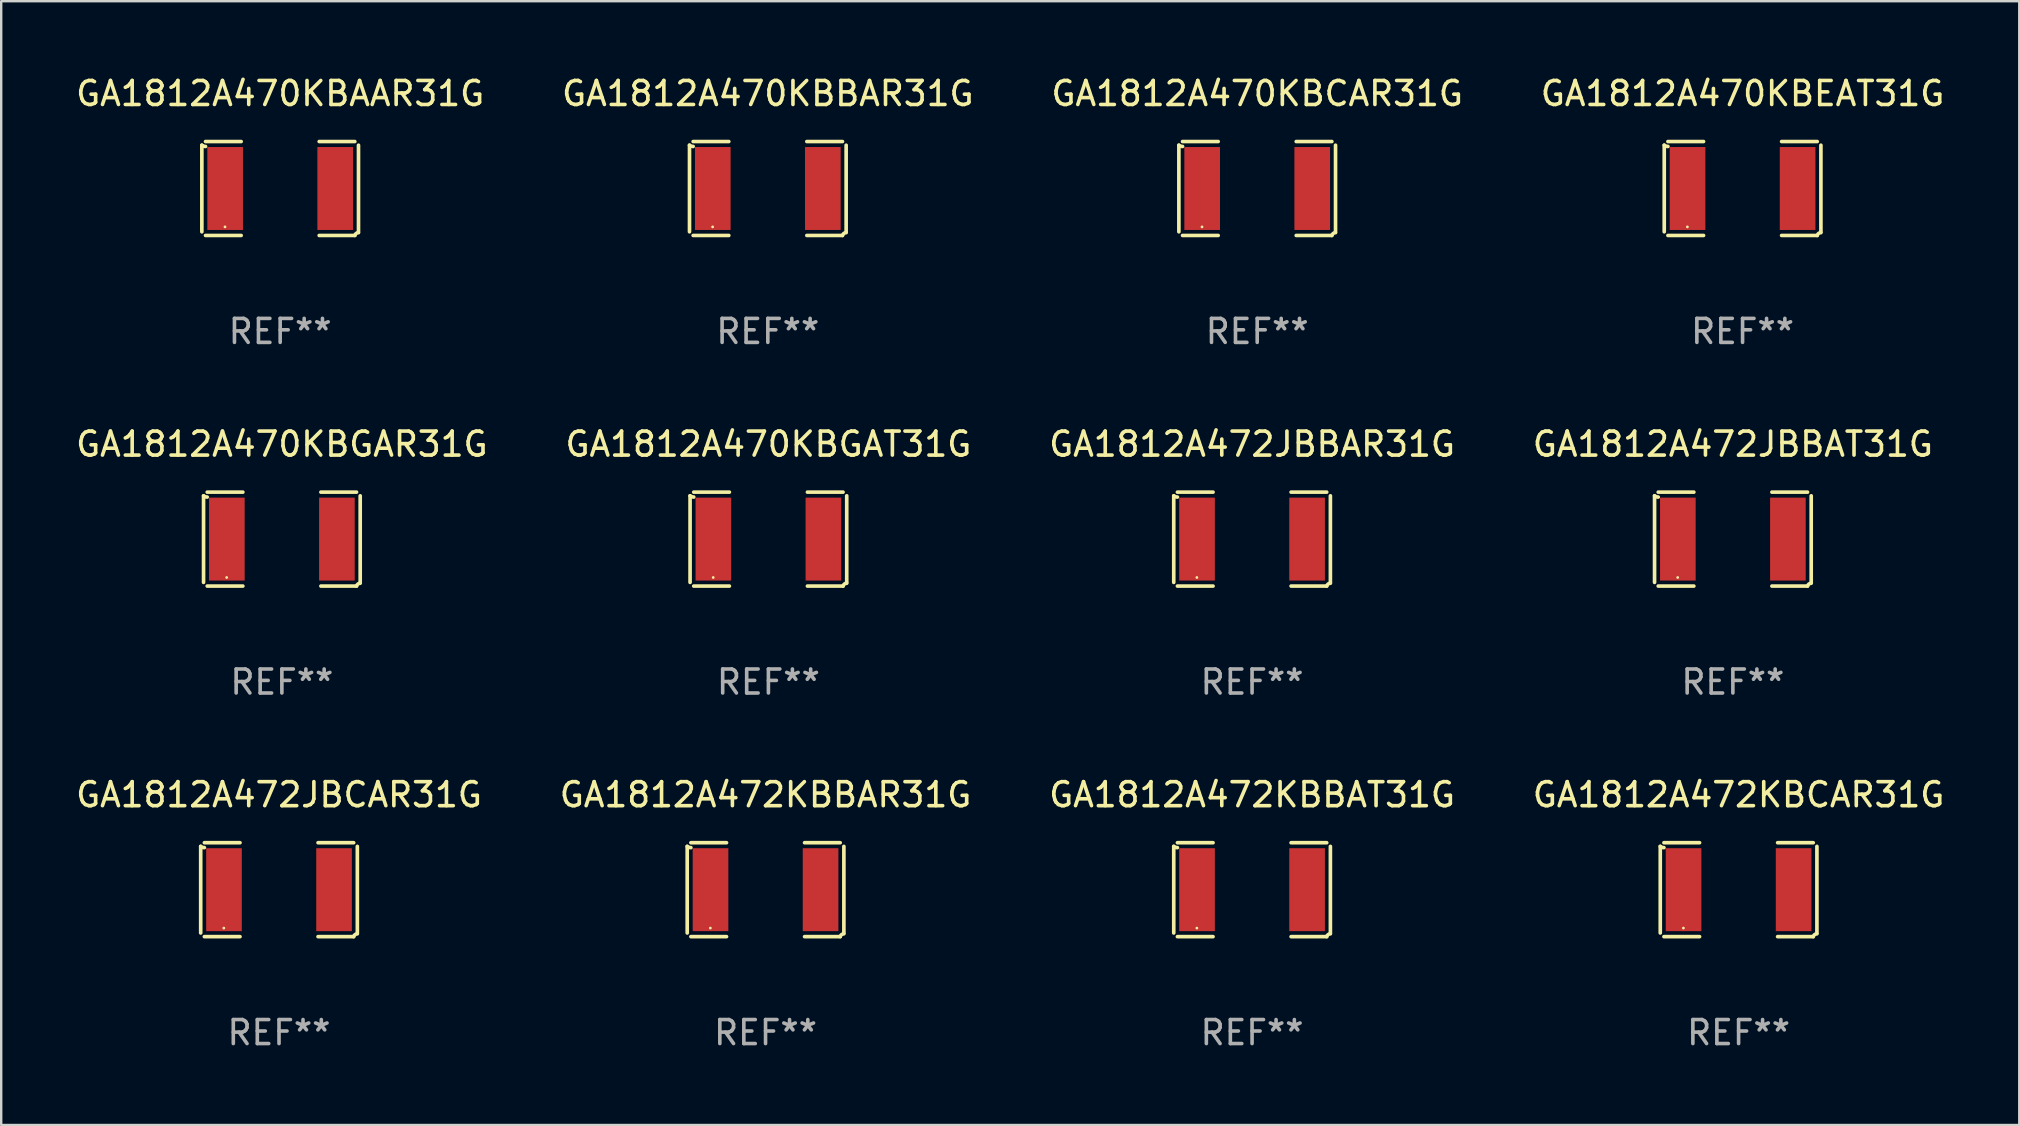
<source format=kicad_pcb>
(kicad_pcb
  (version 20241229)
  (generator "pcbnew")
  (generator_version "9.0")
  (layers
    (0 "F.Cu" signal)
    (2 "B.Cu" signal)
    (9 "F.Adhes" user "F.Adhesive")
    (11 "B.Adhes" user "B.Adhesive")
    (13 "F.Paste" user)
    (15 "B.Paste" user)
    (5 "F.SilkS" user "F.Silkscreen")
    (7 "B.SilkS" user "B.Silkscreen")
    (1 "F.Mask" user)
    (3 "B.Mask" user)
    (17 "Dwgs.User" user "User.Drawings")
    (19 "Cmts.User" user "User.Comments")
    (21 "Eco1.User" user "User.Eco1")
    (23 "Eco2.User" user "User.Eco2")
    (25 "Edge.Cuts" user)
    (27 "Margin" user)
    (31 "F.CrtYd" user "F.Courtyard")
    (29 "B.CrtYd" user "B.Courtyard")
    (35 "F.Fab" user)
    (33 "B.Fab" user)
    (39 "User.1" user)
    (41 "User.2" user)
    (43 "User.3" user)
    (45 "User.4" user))
  (footprint "GA1812A472JBCAR31G"
    (layer "F.Cu")
    (at 8.577 34.024)
    (property "Reference" "GA1812A472JBCAR31G" (at 0 -3.957 0) (layer "F.SilkS") (effects (font (size 1 1) (thickness 0.15))))
    (attr through_hole)
    (fp_line (start -3.264 1.804) (end -3.264 -1.804) (stroke (width 0.152) (type solid)) (layer "F.SilkS"))
    (fp_line (start -3.111 -1.957) (end -1.626 -1.957) (stroke (width 0.152) (type solid)) (layer "F.SilkS"))
    (fp_line (start -1.626 1.957) (end -3.111 1.957) (stroke (width 0.152) (type solid)) (layer "F.SilkS"))
    (fp_line (start 1.626 1.957) (end 3.111 1.957) (stroke (width 0.152) (type solid)) (layer "F.SilkS"))
    (fp_line (start 3.111 -1.957) (end 1.626 -1.957) (stroke (width 0.152) (type solid)) (layer "F.SilkS"))
    (fp_line (start 3.264 1.804) (end 3.264 -1.804) (stroke (width 0.152) (type solid)) (layer "F.SilkS"))
    (fp_arc (start -3.111202 -1.752192) (mid -3.191715 -1.76555) (end -3.263602 -1.804191) (stroke (width 0.1524) (type solid)) (layer "F.SilkS"))
    (fp_arc (start 3.111201 1.956591) (mid 3.167789 1.872777) (end 3.263602 1.840424) (stroke (width 0.1524) (type solid)) (layer "F.SilkS"))
    (fp_circle (center -2.3 1.6) (end -2.27 1.6) (stroke (width 0.06) (type solid)) (fill no) (layer "F.SilkS"))
    (fp_text user "REF**" (at 0 5.957 0) (layer "F.Fab") (effects (font (size 1 1) (thickness 0.15))))
    (pad "1" smd rect (at -2.293 0) (size 1.485 3.456) (layers "F.Cu" "F.Mask" "F.Paste"))
    (pad "2" smd rect (at 2.293 0) (size 1.485 3.456) (layers "F.Cu" "F.Mask" "F.Paste")))
  (footprint "GA1812A470KBGAR31G"
    (layer "F.Cu")
    (at 8.696 19.415)
    (property "Reference" "GA1812A470KBGAR31G" (at 0 -3.957 0) (layer "F.SilkS") (effects (font (size 1 1) (thickness 0.15))))
    (attr through_hole)
    (fp_line (start -3.264 1.804) (end -3.264 -1.804) (stroke (width 0.152) (type solid)) (layer "F.SilkS"))
    (fp_line (start -3.111 -1.957) (end -1.626 -1.957) (stroke (width 0.152) (type solid)) (layer "F.SilkS"))
    (fp_line (start -1.626 1.957) (end -3.111 1.957) (stroke (width 0.152) (type solid)) (layer "F.SilkS"))
    (fp_line (start 1.626 1.957) (end 3.111 1.957) (stroke (width 0.152) (type solid)) (layer "F.SilkS"))
    (fp_line (start 3.111 -1.957) (end 1.626 -1.957) (stroke (width 0.152) (type solid)) (layer "F.SilkS"))
    (fp_line (start 3.264 1.804) (end 3.264 -1.804) (stroke (width 0.152) (type solid)) (layer "F.SilkS"))
    (fp_arc (start -3.111202 -1.752192) (mid -3.191715 -1.76555) (end -3.263602 -1.804191) (stroke (width 0.1524) (type solid)) (layer "F.SilkS"))
    (fp_arc (start 3.111201 1.956591) (mid 3.167789 1.872777) (end 3.263602 1.840424) (stroke (width 0.1524) (type solid)) (layer "F.SilkS"))
    (fp_circle (center -2.3 1.6) (end -2.27 1.6) (stroke (width 0.06) (type solid)) (fill no) (layer "F.SilkS"))
    (fp_text user "REF**" (at 0 5.957 0) (layer "F.Fab") (effects (font (size 1 1) (thickness 0.15))))
    (pad "1" smd rect (at -2.293 0) (size 1.485 3.456) (layers "F.Cu" "F.Mask" "F.Paste"))
    (pad "2" smd rect (at 2.293 0) (size 1.485 3.456) (layers "F.Cu" "F.Mask" "F.Paste")))
  (footprint "GA1812A470KBCAR31G"
    (layer "F.Cu")
    (at 49.339 4.805)
    (property "Reference" "GA1812A470KBCAR31G" (at 0 -3.957 0) (layer "F.SilkS") (effects (font (size 1 1) (thickness 0.15))))
    (attr through_hole)
    (fp_line (start -3.264 1.804) (end -3.264 -1.804) (stroke (width 0.152) (type solid)) (layer "F.SilkS"))
    (fp_line (start -3.111 -1.957) (end -1.626 -1.957) (stroke (width 0.152) (type solid)) (layer "F.SilkS"))
    (fp_line (start -1.626 1.957) (end -3.111 1.957) (stroke (width 0.152) (type solid)) (layer "F.SilkS"))
    (fp_line (start 1.626 1.957) (end 3.111 1.957) (stroke (width 0.152) (type solid)) (layer "F.SilkS"))
    (fp_line (start 3.111 -1.957) (end 1.626 -1.957) (stroke (width 0.152) (type solid)) (layer "F.SilkS"))
    (fp_line (start 3.264 1.804) (end 3.264 -1.804) (stroke (width 0.152) (type solid)) (layer "F.SilkS"))
    (fp_arc (start -3.111202 -1.752192) (mid -3.191715 -1.76555) (end -3.263602 -1.804191) (stroke (width 0.1524) (type solid)) (layer "F.SilkS"))
    (fp_arc (start 3.111201 1.956591) (mid 3.167789 1.872777) (end 3.263602 1.840424) (stroke (width 0.1524) (type solid)) (layer "F.SilkS"))
    (fp_circle (center -2.3 1.6) (end -2.27 1.6) (stroke (width 0.06) (type solid)) (fill no) (layer "F.SilkS"))
    (fp_text user "REF**" (at 0 5.957 0) (layer "F.Fab") (effects (font (size 1 1) (thickness 0.15))))
    (pad "1" smd rect (at -2.293 0) (size 1.485 3.456) (layers "F.Cu" "F.Mask" "F.Paste"))
    (pad "2" smd rect (at 2.293 0) (size 1.485 3.456) (layers "F.Cu" "F.Mask" "F.Paste")))
  (footprint "GA1812A472KBBAT31G"
    (layer "F.Cu")
    (at 49.125 34.024)
    (property "Reference" "GA1812A472KBBAT31G" (at 0 -3.957 0) (layer "F.SilkS") (effects (font (size 1 1) (thickness 0.15))))
    (attr through_hole)
    (fp_line (start -3.264 1.804) (end -3.264 -1.804) (stroke (width 0.152) (type solid)) (layer "F.SilkS"))
    (fp_line (start -3.111 -1.957) (end -1.626 -1.957) (stroke (width 0.152) (type solid)) (layer "F.SilkS"))
    (fp_line (start -1.626 1.957) (end -3.111 1.957) (stroke (width 0.152) (type solid)) (layer "F.SilkS"))
    (fp_line (start 1.626 1.957) (end 3.111 1.957) (stroke (width 0.152) (type solid)) (layer "F.SilkS"))
    (fp_line (start 3.111 -1.957) (end 1.626 -1.957) (stroke (width 0.152) (type solid)) (layer "F.SilkS"))
    (fp_line (start 3.264 1.804) (end 3.264 -1.804) (stroke (width 0.152) (type solid)) (layer "F.SilkS"))
    (fp_arc (start -3.111202 -1.752192) (mid -3.191715 -1.76555) (end -3.263602 -1.804191) (stroke (width 0.1524) (type solid)) (layer "F.SilkS"))
    (fp_arc (start 3.111201 1.956591) (mid 3.167789 1.872777) (end 3.263602 1.840424) (stroke (width 0.1524) (type solid)) (layer "F.SilkS"))
    (fp_circle (center -2.3 1.6) (end -2.27 1.6) (stroke (width 0.06) (type solid)) (fill no) (layer "F.SilkS"))
    (fp_text user "REF**" (at 0 5.957 0) (layer "F.Fab") (effects (font (size 1 1) (thickness 0.15))))
    (pad "1" smd rect (at -2.293 0) (size 1.485 3.456) (layers "F.Cu" "F.Mask" "F.Paste"))
    (pad "2" smd rect (at 2.293 0) (size 1.485 3.456) (layers "F.Cu" "F.Mask" "F.Paste")))
  (footprint "GA1812A472JBBAR31G"
    (layer "F.Cu")
    (at 49.125 19.415)
    (property "Reference" "GA1812A472JBBAR31G" (at 0 -3.957 0) (layer "F.SilkS") (effects (font (size 1 1) (thickness 0.15))))
    (attr through_hole)
    (fp_line (start -3.264 1.804) (end -3.264 -1.804) (stroke (width 0.152) (type solid)) (layer "F.SilkS"))
    (fp_line (start -3.111 -1.957) (end -1.626 -1.957) (stroke (width 0.152) (type solid)) (layer "F.SilkS"))
    (fp_line (start -1.626 1.957) (end -3.111 1.957) (stroke (width 0.152) (type solid)) (layer "F.SilkS"))
    (fp_line (start 1.626 1.957) (end 3.111 1.957) (stroke (width 0.152) (type solid)) (layer "F.SilkS"))
    (fp_line (start 3.111 -1.957) (end 1.626 -1.957) (stroke (width 0.152) (type solid)) (layer "F.SilkS"))
    (fp_line (start 3.264 1.804) (end 3.264 -1.804) (stroke (width 0.152) (type solid)) (layer "F.SilkS"))
    (fp_arc (start -3.111202 -1.752192) (mid -3.191715 -1.76555) (end -3.263602 -1.804191) (stroke (width 0.1524) (type solid)) (layer "F.SilkS"))
    (fp_arc (start 3.111201 1.956591) (mid 3.167789 1.872777) (end 3.263602 1.840424) (stroke (width 0.1524) (type solid)) (layer "F.SilkS"))
    (fp_circle (center -2.3 1.6) (end -2.27 1.6) (stroke (width 0.06) (type solid)) (fill no) (layer "F.SilkS"))
    (fp_text user "REF**" (at 0 5.957 0) (layer "F.Fab") (effects (font (size 1 1) (thickness 0.15))))
    (pad "1" smd rect (at -2.293 0) (size 1.485 3.456) (layers "F.Cu" "F.Mask" "F.Paste"))
    (pad "2" smd rect (at 2.293 0) (size 1.485 3.456) (layers "F.Cu" "F.Mask" "F.Paste")))
  (footprint "GA1812A470KBGAT31G"
    (layer "F.Cu")
    (at 28.97 19.415)
    (property "Reference" "GA1812A470KBGAT31G" (at 0 -3.957 0) (layer "F.SilkS") (effects (font (size 1 1) (thickness 0.15))))
    (attr through_hole)
    (fp_line (start -3.264 1.804) (end -3.264 -1.804) (stroke (width 0.152) (type solid)) (layer "F.SilkS"))
    (fp_line (start -3.111 -1.957) (end -1.626 -1.957) (stroke (width 0.152) (type solid)) (layer "F.SilkS"))
    (fp_line (start -1.626 1.957) (end -3.111 1.957) (stroke (width 0.152) (type solid)) (layer "F.SilkS"))
    (fp_line (start 1.626 1.957) (end 3.111 1.957) (stroke (width 0.152) (type solid)) (layer "F.SilkS"))
    (fp_line (start 3.111 -1.957) (end 1.626 -1.957) (stroke (width 0.152) (type solid)) (layer "F.SilkS"))
    (fp_line (start 3.264 1.804) (end 3.264 -1.804) (stroke (width 0.152) (type solid)) (layer "F.SilkS"))
    (fp_arc (start -3.111202 -1.752192) (mid -3.191715 -1.76555) (end -3.263602 -1.804191) (stroke (width 0.1524) (type solid)) (layer "F.SilkS"))
    (fp_arc (start 3.111201 1.956591) (mid 3.167789 1.872777) (end 3.263602 1.840424) (stroke (width 0.1524) (type solid)) (layer "F.SilkS"))
    (fp_circle (center -2.3 1.6) (end -2.27 1.6) (stroke (width 0.06) (type solid)) (fill no) (layer "F.SilkS"))
    (fp_text user "REF**" (at 0 5.957 0) (layer "F.Fab") (effects (font (size 1 1) (thickness 0.15))))
    (pad "1" smd rect (at -2.293 0) (size 1.485 3.456) (layers "F.Cu" "F.Mask" "F.Paste"))
    (pad "2" smd rect (at 2.293 0) (size 1.485 3.456) (layers "F.Cu" "F.Mask" "F.Paste")))
  (footprint "GA1812A472JBBAT31G"
    (layer "F.Cu")
    (at 69.161 19.415)
    (property "Reference" "GA1812A472JBBAT31G" (at 0 -3.957 0) (layer "F.SilkS") (effects (font (size 1 1) (thickness 0.15))))
    (attr through_hole)
    (fp_line (start -3.264 1.804) (end -3.264 -1.804) (stroke (width 0.152) (type solid)) (layer "F.SilkS"))
    (fp_line (start -3.111 -1.957) (end -1.626 -1.957) (stroke (width 0.152) (type solid)) (layer "F.SilkS"))
    (fp_line (start -1.626 1.957) (end -3.111 1.957) (stroke (width 0.152) (type solid)) (layer "F.SilkS"))
    (fp_line (start 1.626 1.957) (end 3.111 1.957) (stroke (width 0.152) (type solid)) (layer "F.SilkS"))
    (fp_line (start 3.111 -1.957) (end 1.626 -1.957) (stroke (width 0.152) (type solid)) (layer "F.SilkS"))
    (fp_line (start 3.264 1.804) (end 3.264 -1.804) (stroke (width 0.152) (type solid)) (layer "F.SilkS"))
    (fp_arc (start -3.111202 -1.752192) (mid -3.191715 -1.76555) (end -3.263602 -1.804191) (stroke (width 0.1524) (type solid)) (layer "F.SilkS"))
    (fp_arc (start 3.111201 1.956591) (mid 3.167789 1.872777) (end 3.263602 1.840424) (stroke (width 0.1524) (type solid)) (layer "F.SilkS"))
    (fp_circle (center -2.3 1.6) (end -2.27 1.6) (stroke (width 0.06) (type solid)) (fill no) (layer "F.SilkS"))
    (fp_text user "REF**" (at 0 5.957 0) (layer "F.Fab") (effects (font (size 1 1) (thickness 0.15))))
    (pad "1" smd rect (at -2.293 0) (size 1.485 3.456) (layers "F.Cu" "F.Mask" "F.Paste"))
    (pad "2" smd rect (at 2.293 0) (size 1.485 3.456) (layers "F.Cu" "F.Mask" "F.Paste")))
  (footprint "GA1812A472KBCAR31G"
    (layer "F.Cu")
    (at 69.399 34.024)
    (property "Reference" "GA1812A472KBCAR31G" (at 0 -3.957 0) (layer "F.SilkS") (effects (font (size 1 1) (thickness 0.15))))
    (attr through_hole)
    (fp_line (start -3.264 1.804) (end -3.264 -1.804) (stroke (width 0.152) (type solid)) (layer "F.SilkS"))
    (fp_line (start -3.111 -1.957) (end -1.626 -1.957) (stroke (width 0.152) (type solid)) (layer "F.SilkS"))
    (fp_line (start -1.626 1.957) (end -3.111 1.957) (stroke (width 0.152) (type solid)) (layer "F.SilkS"))
    (fp_line (start 1.626 1.957) (end 3.111 1.957) (stroke (width 0.152) (type solid)) (layer "F.SilkS"))
    (fp_line (start 3.111 -1.957) (end 1.626 -1.957) (stroke (width 0.152) (type solid)) (layer "F.SilkS"))
    (fp_line (start 3.264 1.804) (end 3.264 -1.804) (stroke (width 0.152) (type solid)) (layer "F.SilkS"))
    (fp_arc (start -3.111202 -1.752192) (mid -3.191715 -1.76555) (end -3.263602 -1.804191) (stroke (width 0.1524) (type solid)) (layer "F.SilkS"))
    (fp_arc (start 3.111201 1.956591) (mid 3.167789 1.872777) (end 3.263602 1.840424) (stroke (width 0.1524) (type solid)) (layer "F.SilkS"))
    (fp_circle (center -2.3 1.6) (end -2.27 1.6) (stroke (width 0.06) (type solid)) (fill no) (layer "F.SilkS"))
    (fp_text user "REF**" (at 0 5.957 0) (layer "F.Fab") (effects (font (size 1 1) (thickness 0.15))))
    (pad "1" smd rect (at -2.293 0) (size 1.485 3.456) (layers "F.Cu" "F.Mask" "F.Paste"))
    (pad "2" smd rect (at 2.293 0) (size 1.485 3.456) (layers "F.Cu" "F.Mask" "F.Paste")))
  (footprint "GA1812A470KBBAR31G"
    (layer "F.Cu")
    (at 28.946 4.805)
    (property "Reference" "GA1812A470KBBAR31G" (at 0 -3.957 0) (layer "F.SilkS") (effects (font (size 1 1) (thickness 0.15))))
    (attr through_hole)
    (fp_line (start -3.264 1.804) (end -3.264 -1.804) (stroke (width 0.152) (type solid)) (layer "F.SilkS"))
    (fp_line (start -3.111 -1.957) (end -1.626 -1.957) (stroke (width 0.152) (type solid)) (layer "F.SilkS"))
    (fp_line (start -1.626 1.957) (end -3.111 1.957) (stroke (width 0.152) (type solid)) (layer "F.SilkS"))
    (fp_line (start 1.626 1.957) (end 3.111 1.957) (stroke (width 0.152) (type solid)) (layer "F.SilkS"))
    (fp_line (start 3.111 -1.957) (end 1.626 -1.957) (stroke (width 0.152) (type solid)) (layer "F.SilkS"))
    (fp_line (start 3.264 1.804) (end 3.264 -1.804) (stroke (width 0.152) (type solid)) (layer "F.SilkS"))
    (fp_arc (start -3.111202 -1.752192) (mid -3.191715 -1.76555) (end -3.263602 -1.804191) (stroke (width 0.1524) (type solid)) (layer "F.SilkS"))
    (fp_arc (start 3.111201 1.956591) (mid 3.167789 1.872777) (end 3.263602 1.840424) (stroke (width 0.1524) (type solid)) (layer "F.SilkS"))
    (fp_circle (center -2.3 1.6) (end -2.27 1.6) (stroke (width 0.06) (type solid)) (fill no) (layer "F.SilkS"))
    (fp_text user "REF**" (at 0 5.957 0) (layer "F.Fab") (effects (font (size 1 1) (thickness 0.15))))
    (pad "1" smd rect (at -2.293 0) (size 1.485 3.456) (layers "F.Cu" "F.Mask" "F.Paste"))
    (pad "2" smd rect (at 2.293 0) (size 1.485 3.456) (layers "F.Cu" "F.Mask" "F.Paste")))
  (footprint "GA1812A472KBBAR31G"
    (layer "F.Cu")
    (at 28.851 34.024)
    (property "Reference" "GA1812A472KBBAR31G" (at 0 -3.957 0) (layer "F.SilkS") (effects (font (size 1 1) (thickness 0.15))))
    (attr through_hole)
    (fp_line (start -3.264 1.804) (end -3.264 -1.804) (stroke (width 0.152) (type solid)) (layer "F.SilkS"))
    (fp_line (start -3.111 -1.957) (end -1.626 -1.957) (stroke (width 0.152) (type solid)) (layer "F.SilkS"))
    (fp_line (start -1.626 1.957) (end -3.111 1.957) (stroke (width 0.152) (type solid)) (layer "F.SilkS"))
    (fp_line (start 1.626 1.957) (end 3.111 1.957) (stroke (width 0.152) (type solid)) (layer "F.SilkS"))
    (fp_line (start 3.111 -1.957) (end 1.626 -1.957) (stroke (width 0.152) (type solid)) (layer "F.SilkS"))
    (fp_line (start 3.264 1.804) (end 3.264 -1.804) (stroke (width 0.152) (type solid)) (layer "F.SilkS"))
    (fp_arc (start -3.111202 -1.752192) (mid -3.191715 -1.76555) (end -3.263602 -1.804191) (stroke (width 0.1524) (type solid)) (layer "F.SilkS"))
    (fp_arc (start 3.111201 1.956591) (mid 3.167789 1.872777) (end 3.263602 1.840424) (stroke (width 0.1524) (type solid)) (layer "F.SilkS"))
    (fp_circle (center -2.3 1.6) (end -2.27 1.6) (stroke (width 0.06) (type solid)) (fill no) (layer "F.SilkS"))
    (fp_text user "REF**" (at 0 5.957 0) (layer "F.Fab") (effects (font (size 1 1) (thickness 0.15))))
    (pad "1" smd rect (at -2.293 0) (size 1.485 3.456) (layers "F.Cu" "F.Mask" "F.Paste"))
    (pad "2" smd rect (at 2.293 0) (size 1.485 3.456) (layers "F.Cu" "F.Mask" "F.Paste")))
  (footprint "GA1812A470KBAAR31G"
    (layer "F.Cu")
    (at 8.625 4.805)
    (property "Reference" "GA1812A470KBAAR31G" (at 0 -3.957 0) (layer "F.SilkS") (effects (font (size 1 1) (thickness 0.15))))
    (attr through_hole)
    (fp_line (start -3.264 1.804) (end -3.264 -1.804) (stroke (width 0.152) (type solid)) (layer "F.SilkS"))
    (fp_line (start -3.111 -1.957) (end -1.626 -1.957) (stroke (width 0.152) (type solid)) (layer "F.SilkS"))
    (fp_line (start -1.626 1.957) (end -3.111 1.957) (stroke (width 0.152) (type solid)) (layer "F.SilkS"))
    (fp_line (start 1.626 1.957) (end 3.111 1.957) (stroke (width 0.152) (type solid)) (layer "F.SilkS"))
    (fp_line (start 3.111 -1.957) (end 1.626 -1.957) (stroke (width 0.152) (type solid)) (layer "F.SilkS"))
    (fp_line (start 3.264 1.804) (end 3.264 -1.804) (stroke (width 0.152) (type solid)) (layer "F.SilkS"))
    (fp_arc (start -3.111202 -1.752192) (mid -3.191715 -1.76555) (end -3.263602 -1.804191) (stroke (width 0.1524) (type solid)) (layer "F.SilkS"))
    (fp_arc (start 3.111201 1.956591) (mid 3.167789 1.872777) (end 3.263602 1.840424) (stroke (width 0.1524) (type solid)) (layer "F.SilkS"))
    (fp_circle (center -2.3 1.6) (end -2.27 1.6) (stroke (width 0.06) (type solid)) (fill no) (layer "F.SilkS"))
    (fp_text user "REF**" (at 0 5.957 0) (layer "F.Fab") (effects (font (size 1 1) (thickness 0.15))))
    (pad "1" smd rect (at -2.293 0) (size 1.485 3.456) (layers "F.Cu" "F.Mask" "F.Paste"))
    (pad "2" smd rect (at 2.293 0) (size 1.485 3.456) (layers "F.Cu" "F.Mask" "F.Paste")))
  (footprint "GA1812A470KBEAT31G"
    (layer "F.Cu")
    (at 69.565 4.805)
    (property "Reference" "GA1812A470KBEAT31G" (at 0 -3.957 0) (layer "F.SilkS") (effects (font (size 1 1) (thickness 0.15))))
    (attr through_hole)
    (fp_line (start -3.264 1.804) (end -3.264 -1.804) (stroke (width 0.152) (type solid)) (layer "F.SilkS"))
    (fp_line (start -3.111 -1.957) (end -1.626 -1.957) (stroke (width 0.152) (type solid)) (layer "F.SilkS"))
    (fp_line (start -1.626 1.957) (end -3.111 1.957) (stroke (width 0.152) (type solid)) (layer "F.SilkS"))
    (fp_line (start 1.626 1.957) (end 3.111 1.957) (stroke (width 0.152) (type solid)) (layer "F.SilkS"))
    (fp_line (start 3.111 -1.957) (end 1.626 -1.957) (stroke (width 0.152) (type solid)) (layer "F.SilkS"))
    (fp_line (start 3.264 1.804) (end 3.264 -1.804) (stroke (width 0.152) (type solid)) (layer "F.SilkS"))
    (fp_arc (start -3.111202 -1.752192) (mid -3.191715 -1.76555) (end -3.263602 -1.804191) (stroke (width 0.1524) (type solid)) (layer "F.SilkS"))
    (fp_arc (start 3.111201 1.956591) (mid 3.167789 1.872777) (end 3.263602 1.840424) (stroke (width 0.1524) (type solid)) (layer "F.SilkS"))
    (fp_circle (center -2.3 1.6) (end -2.27 1.6) (stroke (width 0.06) (type solid)) (fill no) (layer "F.SilkS"))
    (fp_text user "REF**" (at 0 5.957 0) (layer "F.Fab") (effects (font (size 1 1) (thickness 0.15))))
    (pad "1" smd rect (at -2.293 0) (size 1.485 3.456) (layers "F.Cu" "F.Mask" "F.Paste"))
    (pad "2" smd rect (at 2.293 0) (size 1.485 3.456) (layers "F.Cu" "F.Mask" "F.Paste")))
  (gr_rect
    (start -3 -3)
    (end 81.095 43.829)
    (stroke (width 0.1) (type default))
    (fill no)
    (layer "Edge.Cuts")))
</source>
